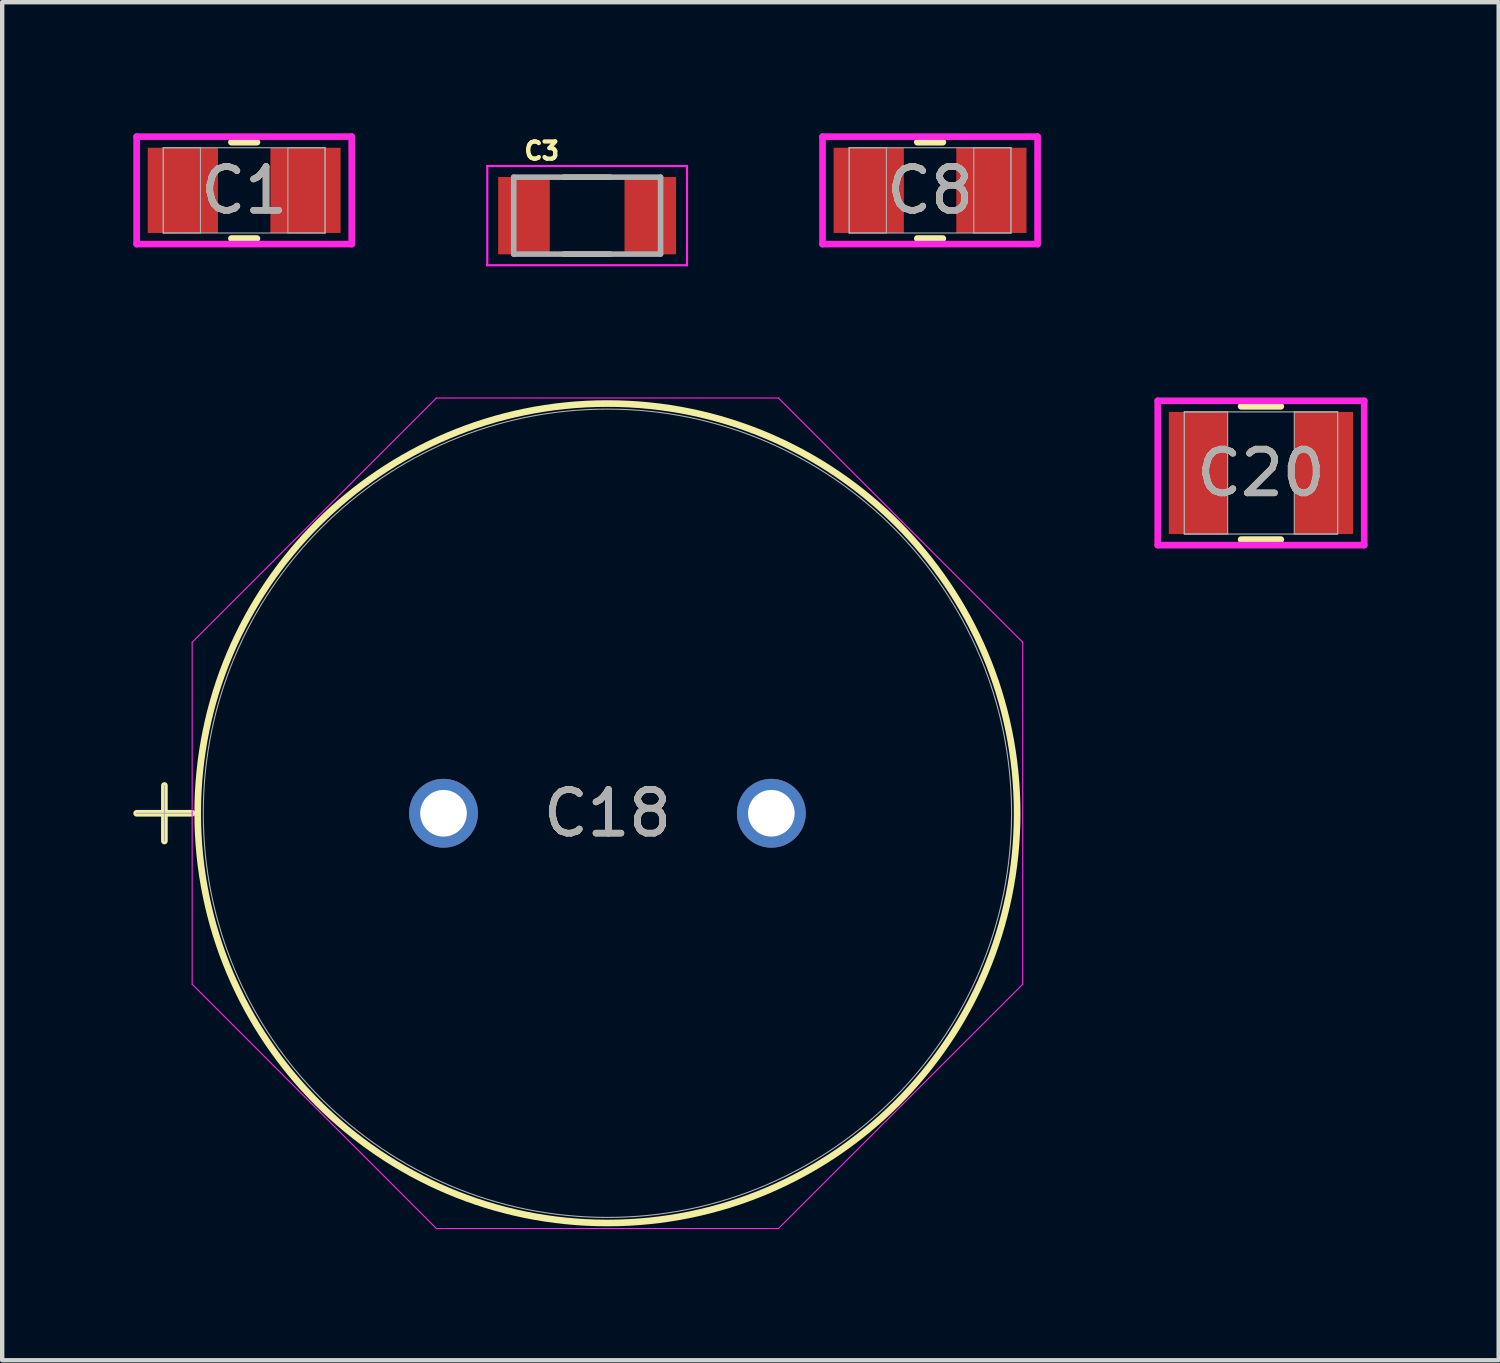
<source format=kicad_pcb>
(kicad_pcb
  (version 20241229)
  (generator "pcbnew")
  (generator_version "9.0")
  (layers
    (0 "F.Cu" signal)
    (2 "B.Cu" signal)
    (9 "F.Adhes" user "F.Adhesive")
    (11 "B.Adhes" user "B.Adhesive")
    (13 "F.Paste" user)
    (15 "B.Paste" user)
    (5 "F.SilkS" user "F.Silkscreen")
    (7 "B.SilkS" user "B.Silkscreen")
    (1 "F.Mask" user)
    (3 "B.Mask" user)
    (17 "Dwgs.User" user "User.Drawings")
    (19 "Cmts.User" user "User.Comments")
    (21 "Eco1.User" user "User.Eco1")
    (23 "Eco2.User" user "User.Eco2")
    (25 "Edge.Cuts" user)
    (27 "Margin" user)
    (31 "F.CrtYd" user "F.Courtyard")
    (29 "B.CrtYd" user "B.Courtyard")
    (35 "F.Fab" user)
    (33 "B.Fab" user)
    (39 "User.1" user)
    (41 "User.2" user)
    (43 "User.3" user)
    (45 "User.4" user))
  (footprint "C3"
    (layer "F.Cu")
    (at 10.382 1.883)
    (property "Reference" "C3" (at -1.04 -1.48 0) (layer "F.SilkS") (effects (font (size 0.394 0.394) (thickness 0.15))))
    (attr smd)
    (fp_line (start -0.53 -0.88) (end 0.53 -0.88) (stroke (width 0.127) (type solid)) (layer "F.SilkS"))
    (fp_line (start -0.53 0.88) (end 0.53 0.88) (stroke (width 0.127) (type solid)) (layer "F.SilkS"))
    (fp_line (start -2.285 -1.135) (end 2.285 -1.135) (stroke (width 0.05) (type solid)) (layer "F.CrtYd"))
    (fp_line (start -2.285 1.135) (end -2.285 -1.135) (stroke (width 0.05) (type solid)) (layer "F.CrtYd"))
    (fp_line (start -2.285 1.135) (end 2.285 1.135) (stroke (width 0.05) (type solid)) (layer "F.CrtYd"))
    (fp_line (start 2.285 1.135) (end 2.285 -1.135) (stroke (width 0.05) (type solid)) (layer "F.CrtYd"))
    (fp_line (start -1.68 0.88) (end -1.68 -0.88) (stroke (width 0.127) (type solid)) (layer "F.Fab"))
    (fp_line (start 1.68 -0.88) (end -1.68 -0.88) (stroke (width 0.127) (type solid)) (layer "F.Fab"))
    (fp_line (start 1.68 0.88) (end -1.68 0.88) (stroke (width 0.127) (type solid)) (layer "F.Fab"))
    (fp_line (start 1.68 0.88) (end 1.68 -0.88) (stroke (width 0.127) (type solid)) (layer "F.Fab"))
    (pad "1" smd rect (at -1.445 0) (size 1.18 1.77) (layers "F.Cu" "F.Mask" "F.Paste"))
    (pad "2" smd rect (at 1.445 0) (size 1.18 1.77) (layers "F.Cu" "F.Mask" "F.Paste")))
  (footprint "C18"
    (layer "F.Cu")
    (at 7.096 15.555)
    (property "Reference" "C18" (at 3.75 0 0) (unlocked yes) (layer "F.SilkS") (effects (font (size 1 1) (thickness 0.15))))
    (attr through_hole)
    (fp_line (start -7.02 0) (end -5.75 0) (stroke (width 0.152) (type solid)) (layer "F.SilkS"))
    (fp_line (start -6.385 -0.635) (end -6.385 0.635) (stroke (width 0.152) (type solid)) (layer "F.SilkS"))
    (fp_circle (center 3.75 0) (end 13.123 0) (stroke (width 0.152) (type solid)) (fill no) (layer "F.SilkS"))
    (fp_line (start -5.75 -3.912) (end -0.162 -9.5) (stroke (width 0.025) (type solid)) (layer "F.CrtYd"))
    (fp_line (start -5.75 3.912) (end -5.75 -3.912) (stroke (width 0.025) (type solid)) (layer "F.CrtYd"))
    (fp_line (start -0.162 -9.5) (end 7.662 -9.5) (stroke (width 0.025) (type solid)) (layer "F.CrtYd"))
    (fp_line (start -0.162 9.5) (end -5.75 3.912) (stroke (width 0.025) (type solid)) (layer "F.CrtYd"))
    (fp_line (start 7.662 -9.5) (end 13.25 -3.912) (stroke (width 0.025) (type solid)) (layer "F.CrtYd"))
    (fp_line (start 7.662 9.5) (end -0.162 9.5) (stroke (width 0.025) (type solid)) (layer "F.CrtYd"))
    (fp_line (start 13.25 -3.912) (end 13.25 3.912) (stroke (width 0.025) (type solid)) (layer "F.CrtYd"))
    (fp_line (start 13.25 3.912) (end 7.662 9.5) (stroke (width 0.025) (type solid)) (layer "F.CrtYd"))
    (fp_line (start -7.02 0) (end -5.75 0) (stroke (width 0.025) (type solid)) (layer "F.Fab"))
    (fp_line (start -6.385 -0.635) (end -6.385 0.635) (stroke (width 0.025) (type solid)) (layer "F.Fab"))
    (fp_circle (center 3.75 0) (end 12.996 0) (stroke (width 0.025) (type solid)) (fill no) (layer "F.Fab"))
    (fp_text user "${REFERENCE}" (at 3.75 0 0) (unlocked yes) (layer "F.Fab") (effects (font (size 1 1) (thickness 0.15))))
    (pad "1" thru_hole circle (at 0 0) (size 1.575 1.575) (drill 1.067) (layers "*.Cu" "*.Mask"))
    (pad "2" thru_hole circle (at 7.5 0) (size 1.575 1.575) (drill 1.067) (layers "*.Cu" "*.Mask")))
  (footprint "C8"
    (layer "F.Cu")
    (at 18.227 1.305)
    (property "Reference" "C8" (at 0 0 0) (unlocked yes) (layer "F.SilkS") (effects (font (size 1 1) (thickness 0.15))))
    (attr smd)
    (fp_line (start -0.292 1.102) (end 0.292 1.102) (stroke (width 0.152) (type solid)) (layer "F.SilkS"))
    (fp_line (start 0.292 -1.102) (end -0.292 -1.102) (stroke (width 0.152) (type solid)) (layer "F.SilkS"))
    (fp_line (start -2.46 -1.229) (end 2.46 -1.229) (stroke (width 0.152) (type solid)) (layer "F.CrtYd"))
    (fp_line (start -2.46 1.229) (end -2.46 -1.229) (stroke (width 0.152) (type solid)) (layer "F.CrtYd"))
    (fp_line (start 2.46 -1.229) (end 2.46 1.229) (stroke (width 0.152) (type solid)) (layer "F.CrtYd"))
    (fp_line (start 2.46 1.229) (end -2.46 1.229) (stroke (width 0.152) (type solid)) (layer "F.CrtYd"))
    (fp_line (start -1.85 -0.975) (end -1.85 0.975) (stroke (width 0.025) (type solid)) (layer "F.Fab"))
    (fp_line (start -1.85 -0.975) (end -1.85 0.975) (stroke (width 0.025) (type solid)) (layer "F.Fab"))
    (fp_line (start -1.85 0.975) (end -1 0.975) (stroke (width 0.025) (type solid)) (layer "F.Fab"))
    (fp_line (start -1.85 0.975) (end 1.85 0.975) (stroke (width 0.025) (type solid)) (layer "F.Fab"))
    (fp_line (start -1 -0.975) (end -1.85 -0.975) (stroke (width 0.025) (type solid)) (layer "F.Fab"))
    (fp_line (start -1 0.975) (end -1 -0.975) (stroke (width 0.025) (type solid)) (layer "F.Fab"))
    (fp_line (start 1 -0.975) (end 1 0.975) (stroke (width 0.025) (type solid)) (layer "F.Fab"))
    (fp_line (start 1 0.975) (end 1.85 0.975) (stroke (width 0.025) (type solid)) (layer "F.Fab"))
    (fp_line (start 1.85 -0.975) (end -1.85 -0.975) (stroke (width 0.025) (type solid)) (layer "F.Fab"))
    (fp_line (start 1.85 -0.975) (end 1 -0.975) (stroke (width 0.025) (type solid)) (layer "F.Fab"))
    (fp_line (start 1.85 0.975) (end 1.85 -0.975) (stroke (width 0.025) (type solid)) (layer "F.Fab"))
    (fp_line (start 1.85 0.975) (end 1.85 -0.975) (stroke (width 0.025) (type solid)) (layer "F.Fab"))
    (fp_text user "${REFERENCE}" (at 0 0 0) (unlocked yes) (layer "F.Fab") (effects (font (size 1 1) (thickness 0.15))))
    (pad "1" smd rect (at -1.403 0) (size 1.606 1.95) (layers "F.Cu" "F.Mask" "F.Paste"))
    (pad "2" smd rect (at 1.403 0) (size 1.606 1.95) (layers "F.Cu" "F.Mask" "F.Paste"))
    (zone (net_name "") (layer "F.Cu") (hatch full 0.508) (connect_pads) (min_thickness 0.254) (filled_areas_thickness no) (keepout (tracks not_allowed) (vias not_allowed) (pads allowed) (copperpour not_allowed) (footprints allowed)) (placement (enabled no)) (fill) (polygon (pts (xy 17.678 0.381) (xy 18.777 0.381) (xy 18.777 2.229) (xy 17.678 2.229)))))
  (footprint "C20"
    (layer "F.Cu")
    (at 25.797 7.77)
    (property "Reference" "C20" (at 0 0 0) (unlocked yes) (layer "F.SilkS") (effects (font (size 1 1) (thickness 0.15))))
    (attr smd)
    (fp_line (start -0.454 1.524) (end 0.454 1.524) (stroke (width 0.152) (type solid)) (layer "F.SilkS"))
    (fp_line (start 0.454 -1.524) (end -0.454 -1.524) (stroke (width 0.152) (type solid)) (layer "F.SilkS"))
    (fp_line (start -2.362 -1.651) (end 2.362 -1.651) (stroke (width 0.152) (type solid)) (layer "F.CrtYd"))
    (fp_line (start -2.362 1.651) (end -2.362 -1.651) (stroke (width 0.152) (type solid)) (layer "F.CrtYd"))
    (fp_line (start 2.362 -1.651) (end 2.362 1.651) (stroke (width 0.152) (type solid)) (layer "F.CrtYd"))
    (fp_line (start 2.362 1.651) (end -2.362 1.651) (stroke (width 0.152) (type solid)) (layer "F.CrtYd"))
    (fp_line (start -1.753 -1.397) (end -1.753 1.397) (stroke (width 0.025) (type solid)) (layer "F.Fab"))
    (fp_line (start -1.753 -1.397) (end -1.753 1.397) (stroke (width 0.025) (type solid)) (layer "F.Fab"))
    (fp_line (start -1.753 1.397) (end -0.762 1.397) (stroke (width 0.025) (type solid)) (layer "F.Fab"))
    (fp_line (start -1.753 1.397) (end 1.753 1.397) (stroke (width 0.025) (type solid)) (layer "F.Fab"))
    (fp_line (start -0.762 -1.397) (end -1.753 -1.397) (stroke (width 0.025) (type solid)) (layer "F.Fab"))
    (fp_line (start -0.762 1.397) (end -0.762 -1.397) (stroke (width 0.025) (type solid)) (layer "F.Fab"))
    (fp_line (start 0.762 -1.397) (end 0.762 1.397) (stroke (width 0.025) (type solid)) (layer "F.Fab"))
    (fp_line (start 0.762 1.397) (end 1.753 1.397) (stroke (width 0.025) (type solid)) (layer "F.Fab"))
    (fp_line (start 1.753 -1.397) (end -1.753 -1.397) (stroke (width 0.025) (type solid)) (layer "F.Fab"))
    (fp_line (start 1.753 -1.397) (end 0.762 -1.397) (stroke (width 0.025) (type solid)) (layer "F.Fab"))
    (fp_line (start 1.753 1.397) (end 1.753 -1.397) (stroke (width 0.025) (type solid)) (layer "F.Fab"))
    (fp_line (start 1.753 1.397) (end 1.753 -1.397) (stroke (width 0.025) (type solid)) (layer "F.Fab"))
    (fp_circle (center -1.308 0) (end -1.308 0) (stroke (width 0.025) (type solid)) (fill no) (layer "F.Fab"))
    (fp_text user "${REFERENCE}" (at 0 0 0) (unlocked yes) (layer "F.Fab") (effects (font (size 1 1) (thickness 0.15))))
    (pad "1" smd rect (at -1.435 0) (size 1.346 2.794) (layers "F.Cu" "F.Mask" "F.Paste"))
    (pad "2" smd rect (at 1.435 0) (size 1.346 2.794) (layers "F.Cu" "F.Mask" "F.Paste"))
    (zone (net_name "") (layer "F.Cu") (hatch full 0.508) (connect_pads) (min_thickness 0.254) (filled_areas_thickness no) (keepout (tracks not_allowed) (vias not_allowed) (pads allowed) (copperpour not_allowed) (footprints allowed)) (placement (enabled no)) (fill) (polygon (pts (xy 25.085 6.424) (xy 26.508 6.424) (xy 26.508 9.116) (xy 25.085 9.116)))))
  (footprint "C1"
    (layer "F.Cu")
    (at 2.536 1.305)
    (property "Reference" "C1" (at 0 0 0) (unlocked yes) (layer "F.SilkS") (effects (font (size 1 1) (thickness 0.15))))
    (attr smd)
    (fp_line (start -0.292 1.102) (end 0.292 1.102) (stroke (width 0.152) (type solid)) (layer "F.SilkS"))
    (fp_line (start 0.292 -1.102) (end -0.292 -1.102) (stroke (width 0.152) (type solid)) (layer "F.SilkS"))
    (fp_line (start -2.46 -1.229) (end 2.46 -1.229) (stroke (width 0.152) (type solid)) (layer "F.CrtYd"))
    (fp_line (start -2.46 1.229) (end -2.46 -1.229) (stroke (width 0.152) (type solid)) (layer "F.CrtYd"))
    (fp_line (start 2.46 -1.229) (end 2.46 1.229) (stroke (width 0.152) (type solid)) (layer "F.CrtYd"))
    (fp_line (start 2.46 1.229) (end -2.46 1.229) (stroke (width 0.152) (type solid)) (layer "F.CrtYd"))
    (fp_line (start -1.85 -0.975) (end -1.85 0.975) (stroke (width 0.025) (type solid)) (layer "F.Fab"))
    (fp_line (start -1.85 -0.975) (end -1.85 0.975) (stroke (width 0.025) (type solid)) (layer "F.Fab"))
    (fp_line (start -1.85 0.975) (end -1 0.975) (stroke (width 0.025) (type solid)) (layer "F.Fab"))
    (fp_line (start -1.85 0.975) (end 1.85 0.975) (stroke (width 0.025) (type solid)) (layer "F.Fab"))
    (fp_line (start -1 -0.975) (end -1.85 -0.975) (stroke (width 0.025) (type solid)) (layer "F.Fab"))
    (fp_line (start -1 0.975) (end -1 -0.975) (stroke (width 0.025) (type solid)) (layer "F.Fab"))
    (fp_line (start 1 -0.975) (end 1 0.975) (stroke (width 0.025) (type solid)) (layer "F.Fab"))
    (fp_line (start 1 0.975) (end 1.85 0.975) (stroke (width 0.025) (type solid)) (layer "F.Fab"))
    (fp_line (start 1.85 -0.975) (end -1.85 -0.975) (stroke (width 0.025) (type solid)) (layer "F.Fab"))
    (fp_line (start 1.85 -0.975) (end 1 -0.975) (stroke (width 0.025) (type solid)) (layer "F.Fab"))
    (fp_line (start 1.85 0.975) (end 1.85 -0.975) (stroke (width 0.025) (type solid)) (layer "F.Fab"))
    (fp_line (start 1.85 0.975) (end 1.85 -0.975) (stroke (width 0.025) (type solid)) (layer "F.Fab"))
    (fp_text user "${REFERENCE}" (at 0 0 0) (unlocked yes) (layer "F.Fab") (effects (font (size 1 1) (thickness 0.15))))
    (pad "1" smd rect (at -1.403 0) (size 1.606 1.95) (layers "F.Cu" "F.Mask" "F.Paste"))
    (pad "2" smd rect (at 1.403 0) (size 1.606 1.95) (layers "F.Cu" "F.Mask" "F.Paste"))
    (zone (net_name "") (layer "F.Cu") (hatch full 0.508) (connect_pads) (min_thickness 0.254) (filled_areas_thickness no) (keepout (tracks not_allowed) (vias not_allowed) (pads allowed) (copperpour not_allowed) (footprints allowed)) (placement (enabled no)) (fill) (polygon (pts (xy 1.987 0.381) (xy 3.085 0.381) (xy 3.085 2.229) (xy 1.987 2.229)))))
  (gr_rect
    (start -3 -3)
    (end 31.235 28.068)
    (stroke (width 0.1) (type default))
    (fill no)
    (layer "Edge.Cuts")))
</source>
